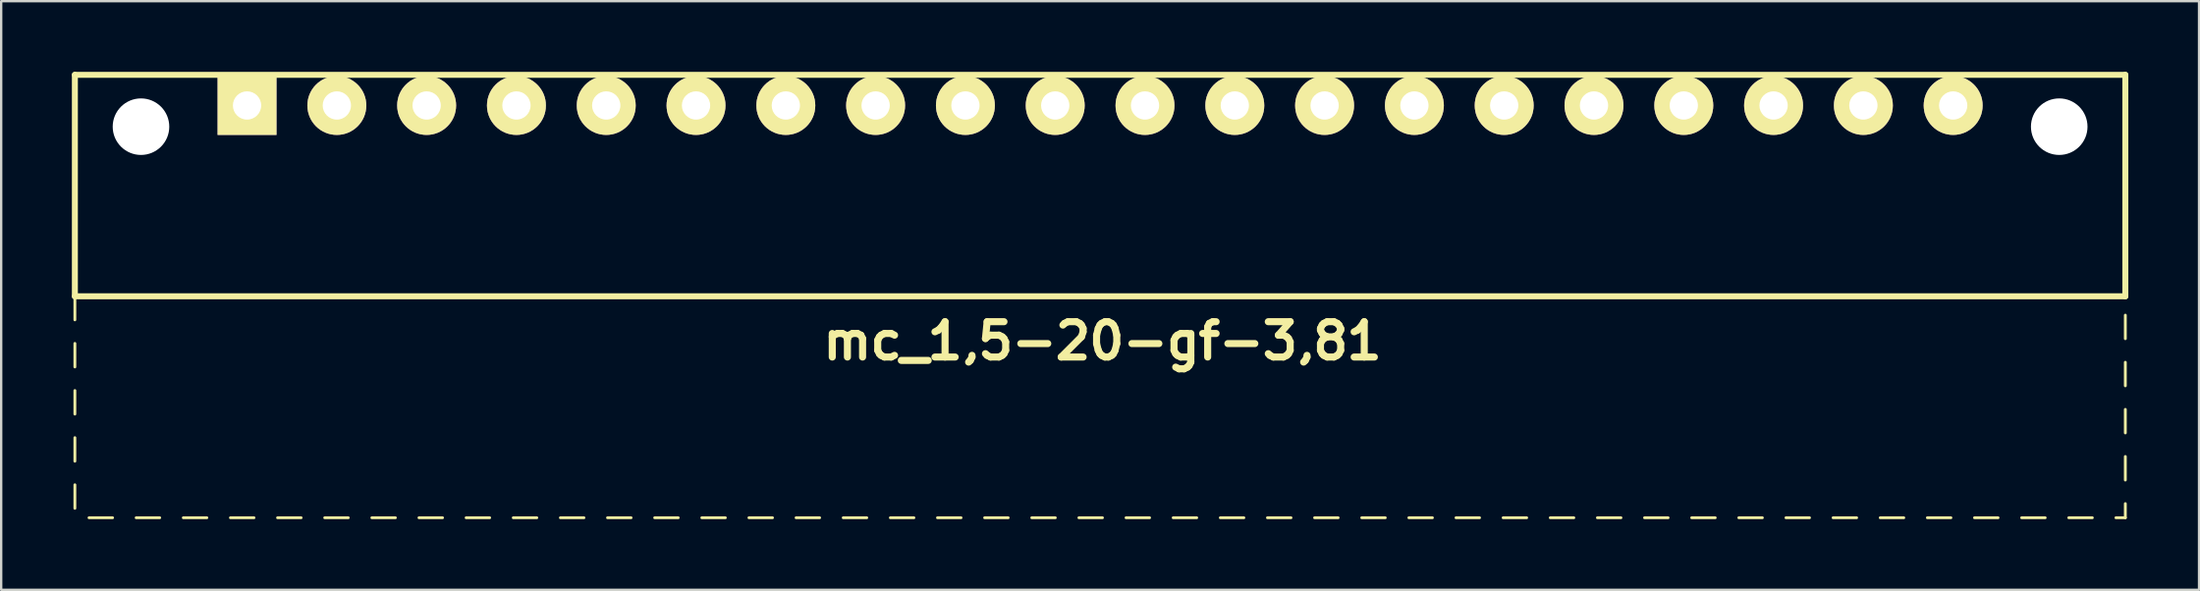
<source format=kicad_pcb>
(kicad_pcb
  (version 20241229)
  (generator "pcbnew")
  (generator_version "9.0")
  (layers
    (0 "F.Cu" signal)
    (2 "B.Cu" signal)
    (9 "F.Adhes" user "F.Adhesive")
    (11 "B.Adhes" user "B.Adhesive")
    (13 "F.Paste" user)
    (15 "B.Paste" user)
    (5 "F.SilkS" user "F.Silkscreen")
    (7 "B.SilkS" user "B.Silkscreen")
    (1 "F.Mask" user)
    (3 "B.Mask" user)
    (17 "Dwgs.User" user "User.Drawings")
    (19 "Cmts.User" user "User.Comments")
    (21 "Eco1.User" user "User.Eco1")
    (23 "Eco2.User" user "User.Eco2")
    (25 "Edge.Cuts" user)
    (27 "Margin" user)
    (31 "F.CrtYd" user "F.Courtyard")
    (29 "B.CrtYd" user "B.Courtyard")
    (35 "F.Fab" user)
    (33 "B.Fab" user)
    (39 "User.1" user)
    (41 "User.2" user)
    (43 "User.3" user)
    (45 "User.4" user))
  (footprint "mc_1,5-20-gf-3,81"
    (layer "F.Cu")
    (at 43.627 1.427)
    (property "Reference" "mc_1,5-20-gf-3,81" (at 0.1 10 0) (layer "F.SilkS") (effects (font (size 1.5 1.5) (thickness 0.3))))
    (attr through_hole)
    (fp_line (start -43.5 -1.3) (end -43.5 8.1) (stroke (width 0.254) (type solid)) (layer "F.SilkS"))
    (fp_line (start -43.5 -1.3) (end 43.5 -1.3) (stroke (width 0.254) (type solid)) (layer "F.SilkS"))
    (fp_line (start -43.5 8.1) (end -43.5 9.1) (stroke (width 0.12) (type solid)) (layer "F.SilkS"))
    (fp_line (start -43.5 8.1) (end 43.5 8.1) (stroke (width 0.254) (type solid)) (layer "F.SilkS"))
    (fp_line (start -43.5 10.1) (end -43.5 11.1) (stroke (width 0.12) (type solid)) (layer "F.SilkS"))
    (fp_line (start -43.5 12.1) (end -43.5 13.1) (stroke (width 0.12) (type solid)) (layer "F.SilkS"))
    (fp_line (start -43.5 14.1) (end -43.5 15.1) (stroke (width 0.12) (type solid)) (layer "F.SilkS"))
    (fp_line (start -43.5 16.1) (end -43.5 17.1) (stroke (width 0.12) (type solid)) (layer "F.SilkS"))
    (fp_line (start -42.9 17.5) (end -41.9 17.5) (stroke (width 0.12) (type solid)) (layer "F.SilkS"))
    (fp_line (start -40.9 17.5) (end -39.9 17.5) (stroke (width 0.12) (type solid)) (layer "F.SilkS"))
    (fp_line (start -38.9 17.5) (end -37.9 17.5) (stroke (width 0.12) (type solid)) (layer "F.SilkS"))
    (fp_line (start -36.9 17.5) (end -35.9 17.5) (stroke (width 0.12) (type solid)) (layer "F.SilkS"))
    (fp_line (start -34.9 17.5) (end -33.9 17.5) (stroke (width 0.12) (type solid)) (layer "F.SilkS"))
    (fp_line (start -32.9 17.5) (end -31.9 17.5) (stroke (width 0.12) (type solid)) (layer "F.SilkS"))
    (fp_line (start -30.9 17.5) (end -29.9 17.5) (stroke (width 0.12) (type solid)) (layer "F.SilkS"))
    (fp_line (start -28.9 17.5) (end -27.9 17.5) (stroke (width 0.12) (type solid)) (layer "F.SilkS"))
    (fp_line (start -26.9 17.5) (end -25.9 17.5) (stroke (width 0.12) (type solid)) (layer "F.SilkS"))
    (fp_line (start -24.9 17.5) (end -23.9 17.5) (stroke (width 0.12) (type solid)) (layer "F.SilkS"))
    (fp_line (start -22.9 17.5) (end -21.9 17.5) (stroke (width 0.12) (type solid)) (layer "F.SilkS"))
    (fp_line (start -20.9 17.5) (end -19.9 17.5) (stroke (width 0.12) (type solid)) (layer "F.SilkS"))
    (fp_line (start -18.9 17.5) (end -17.9 17.5) (stroke (width 0.12) (type solid)) (layer "F.SilkS"))
    (fp_line (start -16.9 17.5) (end -15.9 17.5) (stroke (width 0.12) (type solid)) (layer "F.SilkS"))
    (fp_line (start -14.9 17.5) (end -13.9 17.5) (stroke (width 0.12) (type solid)) (layer "F.SilkS"))
    (fp_line (start -12.9 17.5) (end -11.9 17.5) (stroke (width 0.12) (type solid)) (layer "F.SilkS"))
    (fp_line (start -10.9 17.5) (end -9.9 17.5) (stroke (width 0.12) (type solid)) (layer "F.SilkS"))
    (fp_line (start -8.9 17.5) (end -7.9 17.5) (stroke (width 0.12) (type solid)) (layer "F.SilkS"))
    (fp_line (start -6.9 17.5) (end -5.9 17.5) (stroke (width 0.12) (type solid)) (layer "F.SilkS"))
    (fp_line (start -4.9 17.5) (end -3.9 17.5) (stroke (width 0.12) (type solid)) (layer "F.SilkS"))
    (fp_line (start -2.9 17.5) (end -1.9 17.5) (stroke (width 0.12) (type solid)) (layer "F.SilkS"))
    (fp_line (start -0.9 17.5) (end 0.1 17.5) (stroke (width 0.12) (type solid)) (layer "F.SilkS"))
    (fp_line (start 1.1 17.5) (end 2.1 17.5) (stroke (width 0.12) (type solid)) (layer "F.SilkS"))
    (fp_line (start 3.1 17.5) (end 4.1 17.5) (stroke (width 0.12) (type solid)) (layer "F.SilkS"))
    (fp_line (start 5.1 17.5) (end 6.1 17.5) (stroke (width 0.12) (type solid)) (layer "F.SilkS"))
    (fp_line (start 7.1 17.5) (end 8.1 17.5) (stroke (width 0.12) (type solid)) (layer "F.SilkS"))
    (fp_line (start 9.1 17.5) (end 10.1 17.5) (stroke (width 0.12) (type solid)) (layer "F.SilkS"))
    (fp_line (start 11.1 17.5) (end 12.1 17.5) (stroke (width 0.12) (type solid)) (layer "F.SilkS"))
    (fp_line (start 13.1 17.5) (end 14.1 17.5) (stroke (width 0.12) (type solid)) (layer "F.SilkS"))
    (fp_line (start 15.1 17.5) (end 16.1 17.5) (stroke (width 0.12) (type solid)) (layer "F.SilkS"))
    (fp_line (start 17.1 17.5) (end 18.1 17.5) (stroke (width 0.12) (type solid)) (layer "F.SilkS"))
    (fp_line (start 19.1 17.5) (end 20.1 17.5) (stroke (width 0.12) (type solid)) (layer "F.SilkS"))
    (fp_line (start 21.1 17.5) (end 22.1 17.5) (stroke (width 0.12) (type solid)) (layer "F.SilkS"))
    (fp_line (start 23.1 17.5) (end 24.1 17.5) (stroke (width 0.12) (type solid)) (layer "F.SilkS"))
    (fp_line (start 25.1 17.5) (end 26.1 17.5) (stroke (width 0.12) (type solid)) (layer "F.SilkS"))
    (fp_line (start 27.1 17.5) (end 28.1 17.5) (stroke (width 0.12) (type solid)) (layer "F.SilkS"))
    (fp_line (start 29.1 17.5) (end 30.1 17.5) (stroke (width 0.12) (type solid)) (layer "F.SilkS"))
    (fp_line (start 31.1 17.5) (end 32.1 17.5) (stroke (width 0.12) (type solid)) (layer "F.SilkS"))
    (fp_line (start 33.1 17.5) (end 34.1 17.5) (stroke (width 0.12) (type solid)) (layer "F.SilkS"))
    (fp_line (start 35.1 17.5) (end 36.1 17.5) (stroke (width 0.12) (type solid)) (layer "F.SilkS"))
    (fp_line (start 37.1 17.5) (end 38.1 17.5) (stroke (width 0.12) (type solid)) (layer "F.SilkS"))
    (fp_line (start 39.1 17.5) (end 40.1 17.5) (stroke (width 0.12) (type solid)) (layer "F.SilkS"))
    (fp_line (start 41.1 17.5) (end 42.1 17.5) (stroke (width 0.12) (type solid)) (layer "F.SilkS"))
    (fp_line (start 43.1 17.5) (end 43.5 17.5) (stroke (width 0.12) (type solid)) (layer "F.SilkS"))
    (fp_line (start 43.5 -1.3) (end 43.5 8.1) (stroke (width 0.254) (type solid)) (layer "F.SilkS"))
    (fp_line (start 43.5 8.9) (end 43.5 9.9) (stroke (width 0.12) (type solid)) (layer "F.SilkS"))
    (fp_line (start 43.5 10.9) (end 43.5 11.9) (stroke (width 0.12) (type solid)) (layer "F.SilkS"))
    (fp_line (start 43.5 12.9) (end 43.5 13.9) (stroke (width 0.12) (type solid)) (layer "F.SilkS"))
    (fp_line (start 43.5 14.9) (end 43.5 15.9) (stroke (width 0.12) (type solid)) (layer "F.SilkS"))
    (fp_line (start 43.5 17.5) (end 43.5 16.9) (stroke (width 0.12) (type solid)) (layer "F.SilkS"))
    (pad "" np_thru_hole circle (at -40.695 0.9) (size 2.4 2.4) (drill 2.4) (layers "*.Cu" "*.Mask"))
    (pad "" np_thru_hole circle (at 40.695 0.9) (size 2.4 2.4) (drill 2.4) (layers "*.Cu" "*.Mask"))
    (pad "1" thru_hole rect (at -36.195 0) (size 2.5 2.5) (drill 1.2) (layers "*.Cu" "*.Mask" "F.SilkS"))
    (pad "2" thru_hole circle (at -32.385 0) (size 2.5 2.5) (drill 1.2) (layers "*.Cu" "*.Mask" "F.SilkS"))
    (pad "3" thru_hole circle (at -28.575 0) (size 2.5 2.5) (drill 1.2) (layers "*.Cu" "*.Mask" "F.SilkS"))
    (pad "4" thru_hole circle (at -24.765 0) (size 2.5 2.5) (drill 1.2) (layers "*.Cu" "*.Mask" "F.SilkS"))
    (pad "5" thru_hole circle (at -20.955 0) (size 2.5 2.5) (drill 1.2) (layers "*.Cu" "*.Mask" "F.SilkS"))
    (pad "6" thru_hole circle (at -17.145 0) (size 2.5 2.5) (drill 1.2) (layers "*.Cu" "*.Mask" "F.SilkS"))
    (pad "7" thru_hole circle (at -13.335 0) (size 2.5 2.5) (drill 1.2) (layers "*.Cu" "*.Mask" "F.SilkS"))
    (pad "8" thru_hole circle (at -9.525 0) (size 2.5 2.5) (drill 1.2) (layers "*.Cu" "*.Mask" "F.SilkS"))
    (pad "9" thru_hole circle (at -5.715 0) (size 2.5 2.5) (drill 1.2) (layers "*.Cu" "*.Mask" "F.SilkS"))
    (pad "10" thru_hole circle (at -1.905 0) (size 2.5 2.5) (drill 1.2) (layers "*.Cu" "*.Mask" "F.SilkS"))
    (pad "11" thru_hole circle (at 1.905 0) (size 2.5 2.5) (drill 1.2) (layers "*.Cu" "*.Mask" "F.SilkS"))
    (pad "12" thru_hole circle (at 5.715 0) (size 2.5 2.5) (drill 1.2) (layers "*.Cu" "*.Mask" "F.SilkS"))
    (pad "13" thru_hole circle (at 9.525 0) (size 2.5 2.5) (drill 1.2) (layers "*.Cu" "*.Mask" "F.SilkS"))
    (pad "14" thru_hole circle (at 13.335 0) (size 2.5 2.5) (drill 1.2) (layers "*.Cu" "*.Mask" "F.SilkS"))
    (pad "15" thru_hole circle (at 17.145 0) (size 2.5 2.5) (drill 1.2) (layers "*.Cu" "*.Mask" "F.SilkS"))
    (pad "16" thru_hole circle (at 20.955 0) (size 2.5 2.5) (drill 1.2) (layers "*.Cu" "*.Mask" "F.SilkS"))
    (pad "17" thru_hole circle (at 24.765 0) (size 2.5 2.5) (drill 1.2) (layers "*.Cu" "*.Mask" "F.SilkS"))
    (pad "18" thru_hole circle (at 28.575 0) (size 2.5 2.5) (drill 1.2) (layers "*.Cu" "*.Mask" "F.SilkS"))
    (pad "19" thru_hole circle (at 32.385 0) (size 2.5 2.5) (drill 1.2) (layers "*.Cu" "*.Mask" "F.SilkS"))
    (pad "20" thru_hole circle (at 36.195 0) (size 2.5 2.5) (drill 1.2) (layers "*.Cu" "*.Mask" "F.SilkS")))
  (gr_rect
    (start -3 -3)
    (end 90.254 21.987)
    (stroke (width 0.1) (type default))
    (fill no)
    (layer "Edge.Cuts")))
</source>
